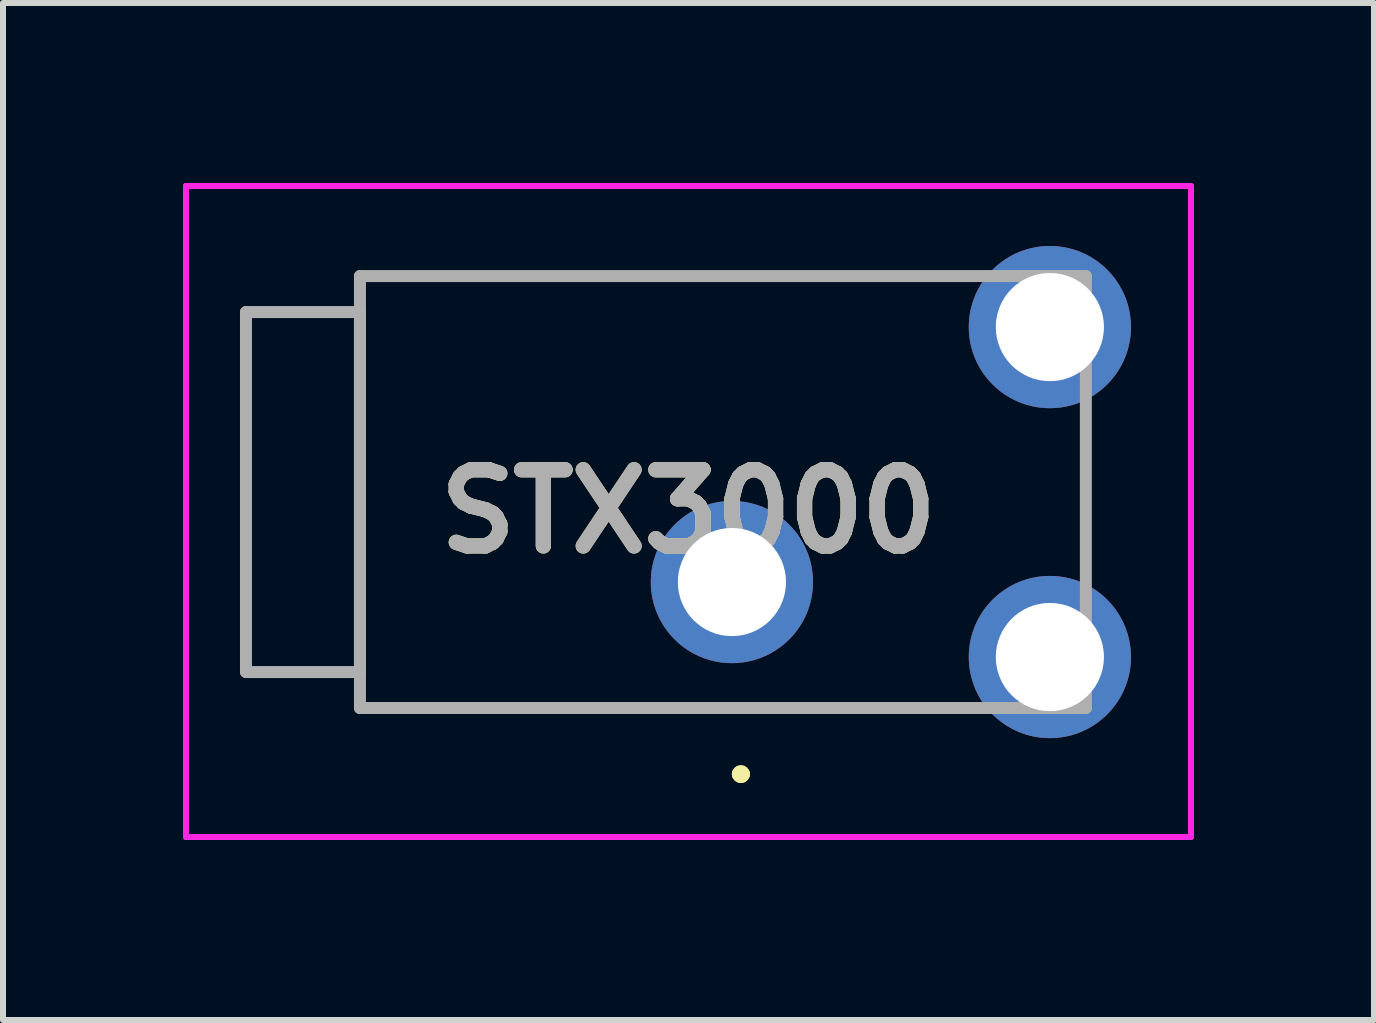
<source format=kicad_pcb>
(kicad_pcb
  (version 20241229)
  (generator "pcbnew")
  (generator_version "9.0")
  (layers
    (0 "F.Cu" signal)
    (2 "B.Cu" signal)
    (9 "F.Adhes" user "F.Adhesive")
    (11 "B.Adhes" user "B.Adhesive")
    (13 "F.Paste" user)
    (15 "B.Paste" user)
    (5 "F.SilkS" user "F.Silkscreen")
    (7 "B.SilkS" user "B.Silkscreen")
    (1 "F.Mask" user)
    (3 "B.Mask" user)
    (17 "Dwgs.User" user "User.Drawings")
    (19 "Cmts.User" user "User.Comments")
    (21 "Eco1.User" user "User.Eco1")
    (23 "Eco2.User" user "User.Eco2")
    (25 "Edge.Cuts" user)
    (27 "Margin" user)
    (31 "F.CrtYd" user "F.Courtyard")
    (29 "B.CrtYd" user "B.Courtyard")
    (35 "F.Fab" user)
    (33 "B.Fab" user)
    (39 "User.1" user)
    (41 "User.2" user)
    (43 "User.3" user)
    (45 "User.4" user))
  (footprint "STX3000"
    (layer "F.Cu")
    (at 9.15 6.652)
    (property "Reference" "STX3000" (at -0.724 -1.176 0) (layer "F.SilkS") (effects (font (size 1.27 1.27) (thickness 0.254))))
    (attr through_hole)
    (fp_line (start -8.1 -4.5) (end -8.1 1.5) (stroke (width 0.1) (type solid)) (layer "F.SilkS"))
    (fp_line (start -8.1 1.5) (end -6.2 1.5) (stroke (width 0.1) (type solid)) (layer "F.SilkS"))
    (fp_line (start -6.2 -5.1) (end -6.2 -5.1) (stroke (width 0.1) (type solid)) (layer "F.SilkS"))
    (fp_line (start -6.2 -5.1) (end -6.2 -5.1) (stroke (width 0.1) (type solid)) (layer "F.SilkS"))
    (fp_line (start -6.2 -5.1) (end -6.2 -4.5) (stroke (width 0.1) (type solid)) (layer "F.SilkS"))
    (fp_line (start -6.2 -5.1) (end 3.3 -5.1) (stroke (width 0.1) (type solid)) (layer "F.SilkS"))
    (fp_line (start -6.2 -4.5) (end -8.1 -4.5) (stroke (width 0.1) (type solid)) (layer "F.SilkS"))
    (fp_line (start -6.2 -4.5) (end -6.2 -5.1) (stroke (width 0.1) (type solid)) (layer "F.SilkS"))
    (fp_line (start -6.2 -4.5) (end -6.2 -4.5) (stroke (width 0.1) (type solid)) (layer "F.SilkS"))
    (fp_line (start -6.2 1.5) (end -6.2 -4.5) (stroke (width 0.1) (type solid)) (layer "F.SilkS"))
    (fp_line (start -6.2 1.5) (end -6.2 1.5) (stroke (width 0.1) (type solid)) (layer "F.SilkS"))
    (fp_line (start -6.2 1.5) (end -6.2 2.1) (stroke (width 0.1) (type solid)) (layer "F.SilkS"))
    (fp_line (start -6.2 2.1) (end -6.2 1.5) (stroke (width 0.1) (type solid)) (layer "F.SilkS"))
    (fp_line (start -6.2 2.1) (end -6.2 2.1) (stroke (width 0.1) (type solid)) (layer "F.SilkS"))
    (fp_line (start -6.2 2.1) (end -6.2 2.1) (stroke (width 0.1) (type solid)) (layer "F.SilkS"))
    (fp_line (start -6.2 2.1) (end 3.3 2.1) (stroke (width 0.1) (type solid)) (layer "F.SilkS"))
    (fp_line (start 0.1 3.2) (end 0.1 3.2) (stroke (width 0.2) (type solid)) (layer "F.SilkS"))
    (fp_line (start 0.1 3.2) (end 0.1 3.2) (stroke (width 0.2) (type solid)) (layer "F.SilkS"))
    (fp_line (start 0.2 3.2) (end 0.2 3.2) (stroke (width 0.2) (type solid)) (layer "F.SilkS"))
    (fp_line (start 3.3 -5.1) (end -6.2 -5.1) (stroke (width 0.1) (type solid)) (layer "F.SilkS"))
    (fp_line (start 3.3 -5.1) (end 3.3 -5.1) (stroke (width 0.1) (type solid)) (layer "F.SilkS"))
    (fp_line (start 3.3 2.1) (end -6.2 2.1) (stroke (width 0.1) (type solid)) (layer "F.SilkS"))
    (fp_line (start 3.3 2.1) (end 3.3 2.1) (stroke (width 0.1) (type solid)) (layer "F.SilkS"))
    (fp_arc (start 0.1 3.2) (mid 0.15 3.15) (end 0.2 3.2) (stroke (width 0.2) (type solid)) (layer "F.SilkS"))
    (fp_arc (start 0.2 3.2) (mid 0.15 3.25) (end 0.1 3.2) (stroke (width 0.2) (type solid)) (layer "F.SilkS"))
    (fp_arc (start 0.2 3.2) (mid 0.15 3.25) (end 0.1 3.2) (stroke (width 0.2) (type solid)) (layer "F.SilkS"))
    (fp_line (start -9.1 -6.602) (end -9.1 4.25) (stroke (width 0.1) (type solid)) (layer "F.CrtYd"))
    (fp_line (start -9.1 4.25) (end 7.652 4.25) (stroke (width 0.1) (type solid)) (layer "F.CrtYd"))
    (fp_line (start 7.652 -6.602) (end -9.1 -6.602) (stroke (width 0.1) (type solid)) (layer "F.CrtYd"))
    (fp_line (start 7.652 4.25) (end 7.652 -6.602) (stroke (width 0.1) (type solid)) (layer "F.CrtYd"))
    (fp_line (start -8.1 -4.5) (end -8.1 1.5) (stroke (width 0.2) (type solid)) (layer "F.Fab"))
    (fp_line (start -8.1 1.5) (end -6.2 1.5) (stroke (width 0.2) (type solid)) (layer "F.Fab"))
    (fp_line (start -6.2 -5.1) (end 5.9 -5.1) (stroke (width 0.2) (type solid)) (layer "F.Fab"))
    (fp_line (start -6.2 -4.5) (end -8.1 -4.5) (stroke (width 0.2) (type solid)) (layer "F.Fab"))
    (fp_line (start -6.2 1.5) (end -6.2 -4.5) (stroke (width 0.2) (type solid)) (layer "F.Fab"))
    (fp_line (start -6.2 2.1) (end -6.2 -5.1) (stroke (width 0.2) (type solid)) (layer "F.Fab"))
    (fp_line (start 5.9 -5.1) (end 5.9 2.1) (stroke (width 0.2) (type solid)) (layer "F.Fab"))
    (fp_line (start 5.9 2.1) (end -6.2 2.1) (stroke (width 0.2) (type solid)) (layer "F.Fab"))
    (fp_text user "${REFERENCE}" (at -0.724 -1.176 0) (layer "F.Fab") (effects (font (size 1.27 1.27) (thickness 0.254))))
    (pad "" np_thru_hole circle (at -4.1 -1.5) (size 0.001 0.001) (drill 1) (layers "*.Cu" "*.Mask"))
    (pad "" np_thru_hole circle (at 3.4 -1.5) (size 0.001 0.001) (drill 1) (layers "*.Cu" "*.Mask"))
    (pad "1" thru_hole circle (at 0 0) (size 2.704 2.704) (drill 1.803) (layers "*.Cu" "*.Mask"))
    (pad "2" thru_hole circle (at 5.3 -4.25) (size 2.704 2.704) (drill 1.803) (layers "*.Cu" "*.Mask"))
    (pad "3" thru_hole circle (at 5.3 1.25) (size 2.704 2.704) (drill 1.803) (layers "*.Cu" "*.Mask")))
  (gr_rect
    (start -3 -3)
    (end 19.852 13.952)
    (stroke (width 0.1) (type default))
    (fill no)
    (layer "Edge.Cuts")))
</source>
